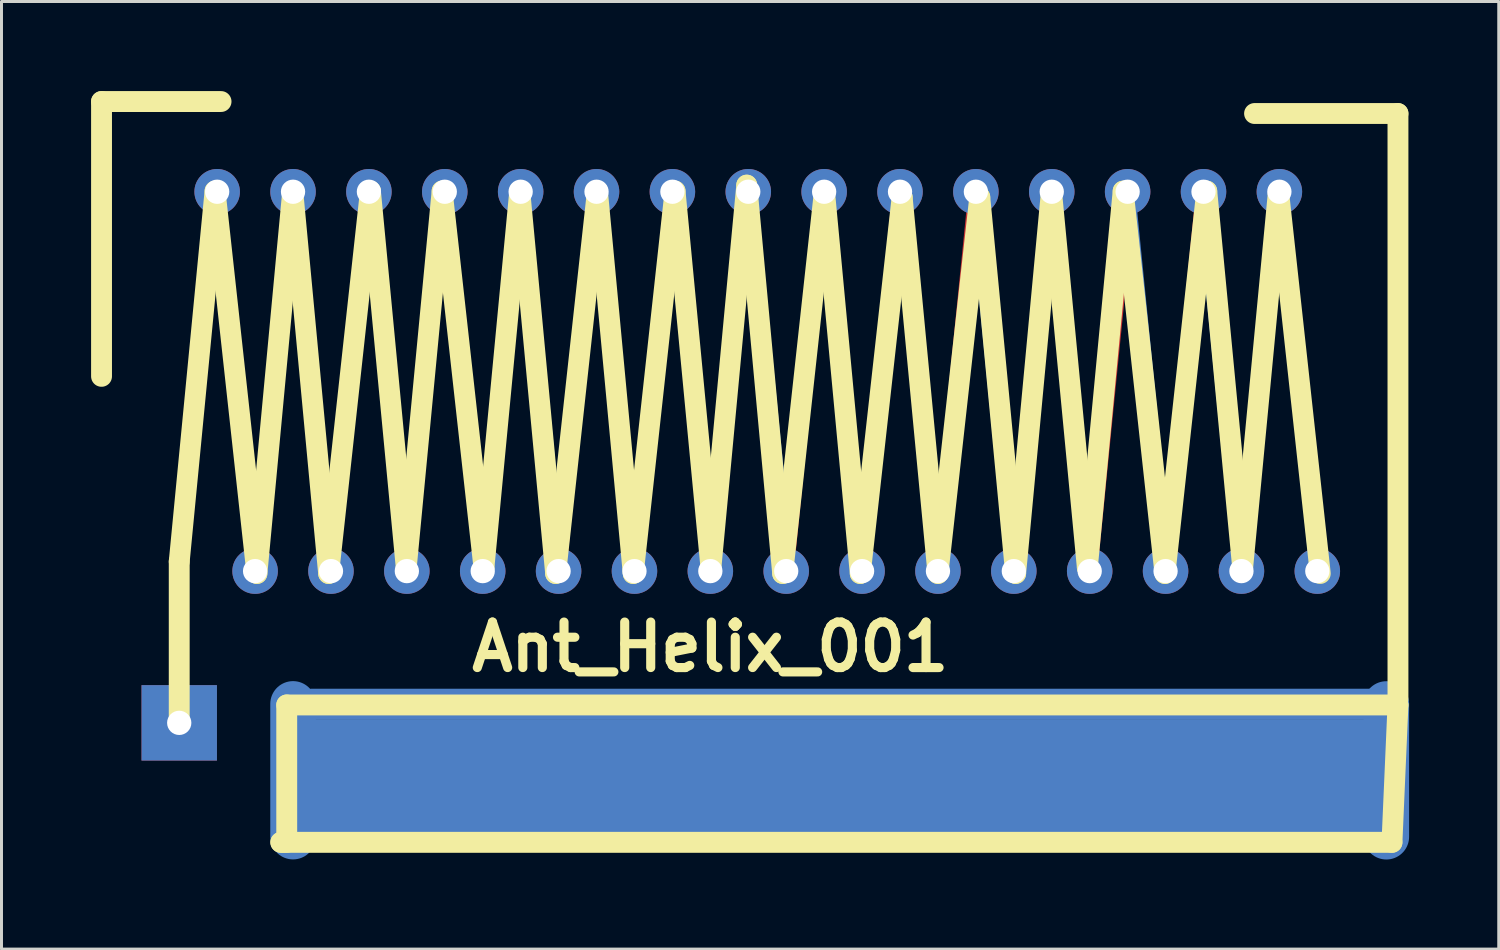
<source format=kicad_pcb>
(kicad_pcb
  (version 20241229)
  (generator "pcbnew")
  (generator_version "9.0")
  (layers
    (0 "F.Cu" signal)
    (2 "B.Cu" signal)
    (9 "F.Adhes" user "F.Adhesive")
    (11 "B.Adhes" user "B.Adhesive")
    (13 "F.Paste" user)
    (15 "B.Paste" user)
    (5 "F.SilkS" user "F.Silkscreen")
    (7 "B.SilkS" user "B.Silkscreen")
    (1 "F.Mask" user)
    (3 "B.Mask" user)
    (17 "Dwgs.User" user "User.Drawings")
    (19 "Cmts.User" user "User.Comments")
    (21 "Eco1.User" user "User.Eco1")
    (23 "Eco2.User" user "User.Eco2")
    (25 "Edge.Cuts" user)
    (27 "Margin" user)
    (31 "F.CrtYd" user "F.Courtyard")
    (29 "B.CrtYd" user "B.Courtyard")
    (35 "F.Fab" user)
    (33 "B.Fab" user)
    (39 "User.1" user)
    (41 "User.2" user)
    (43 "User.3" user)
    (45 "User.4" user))
  (footprint "Ant_Helix_001"
    (layer "F.Cu")
    (at 2.95 21.149)
    (property "Reference" "Ant_Helix_001" (at 17.78 -2.54 0) (layer "F.SilkS") (effects (font (size 1.524 1.524) (thickness 0.305))))
    (attr through_hole)
    (fp_line (start 0 -5.08) (end 1.27 -17.78) (stroke (width 0.508) (type solid)) (layer "F.Cu"))
    (fp_line (start 0 -2.54) (end 0 -5.08) (stroke (width 0.508) (type solid)) (layer "F.Cu"))
    (fp_line (start 0 0) (end 0 -2.54) (stroke (width 0.508) (type solid)) (layer "F.Cu"))
    (fp_line (start 2.54 -5.08) (end 3.81 -17.78) (stroke (width 0.508) (type solid)) (layer "F.Cu"))
    (fp_line (start 5.08 -5.08) (end 6.35 -17.78) (stroke (width 0.508) (type solid)) (layer "F.Cu"))
    (fp_line (start 7.62 -5.08) (end 8.89 -17.78) (stroke (width 0.508) (type solid)) (layer "F.Cu"))
    (fp_line (start 10.16 -5.08) (end 11.43 -17.78) (stroke (width 0.508) (type solid)) (layer "F.Cu"))
    (fp_line (start 12.7 -5.08) (end 13.97 -17.78) (stroke (width 0.508) (type solid)) (layer "F.Cu"))
    (fp_line (start 15.24 -5.08) (end 16.51 -17.78) (stroke (width 0.508) (type solid)) (layer "F.Cu"))
    (fp_line (start 17.78 -5.08) (end 19.05 -17.78) (stroke (width 0.508) (type solid)) (layer "F.Cu"))
    (fp_line (start 20.32 -5.08) (end 21.59 -17.78) (stroke (width 0.508) (type solid)) (layer "F.Cu"))
    (fp_line (start 22.86 -5.08) (end 24.13 -17.78) (stroke (width 0.508) (type solid)) (layer "F.Cu"))
    (fp_line (start 25.4 -5.08) (end 26.67 -17.78) (stroke (width 0.508) (type solid)) (layer "F.Cu"))
    (fp_line (start 27.94 -5.08) (end 29.21 -17.78) (stroke (width 0.508) (type solid)) (layer "F.Cu"))
    (fp_line (start 30.48 -5.08) (end 31.75 -17.78) (stroke (width 0.508) (type solid)) (layer "F.Cu"))
    (fp_line (start 33.02 -5.08) (end 34.29 -17.78) (stroke (width 0.508) (type solid)) (layer "F.Cu"))
    (fp_line (start 35.56 -5.08) (end 36.83 -17.78) (stroke (width 0.508) (type solid)) (layer "F.Cu"))
    (fp_line (start 1.27 -17.78) (end 2.54 -5.08) (stroke (width 0.508) (type solid)) (layer "B.Cu"))
    (fp_line (start 3.81 -17.78) (end 5.08 -5.08) (stroke (width 0.508) (type solid)) (layer "B.Cu"))
    (fp_line (start 3.81 3.81) (end 3.81 -0.635) (stroke (width 1.524) (type solid)) (layer "B.Cu"))
    (fp_line (start 4.445 -0.635) (end 40.005 -0.635) (stroke (width 1.016) (type solid)) (layer "B.Cu"))
    (fp_line (start 4.445 0.635) (end 40.005 0.635) (stroke (width 1.524) (type solid)) (layer "B.Cu"))
    (fp_line (start 4.445 1.905) (end 40.005 1.905) (stroke (width 1.524) (type solid)) (layer "B.Cu"))
    (fp_line (start 4.445 3.175) (end 40.005 3.175) (stroke (width 1.524) (type solid)) (layer "B.Cu"))
    (fp_line (start 6.35 -17.78) (end 7.62 -5.08) (stroke (width 0.508) (type solid)) (layer "B.Cu"))
    (fp_line (start 8.89 -17.78) (end 10.16 -5.08) (stroke (width 0.508) (type solid)) (layer "B.Cu"))
    (fp_line (start 11.43 -17.78) (end 12.7 -5.08) (stroke (width 0.508) (type solid)) (layer "B.Cu"))
    (fp_line (start 13.97 -17.78) (end 15.24 -5.08) (stroke (width 0.508) (type solid)) (layer "B.Cu"))
    (fp_line (start 16.51 -17.78) (end 17.78 -5.08) (stroke (width 0.508) (type solid)) (layer "B.Cu"))
    (fp_line (start 19.05 -17.78) (end 20.32 -5.08) (stroke (width 0.508) (type solid)) (layer "B.Cu"))
    (fp_line (start 21.59 -17.78) (end 22.86 -5.08) (stroke (width 0.508) (type solid)) (layer "B.Cu"))
    (fp_line (start 24.13 -17.78) (end 25.4 -5.08) (stroke (width 0.508) (type solid)) (layer "B.Cu"))
    (fp_line (start 26.67 -17.78) (end 27.94 -5.08) (stroke (width 0.508) (type solid)) (layer "B.Cu"))
    (fp_line (start 29.21 -17.78) (end 30.48 -5.08) (stroke (width 0.508) (type solid)) (layer "B.Cu"))
    (fp_line (start 31.75 -17.78) (end 33.02 -5.08) (stroke (width 0.508) (type solid)) (layer "B.Cu"))
    (fp_line (start 34.29 -17.78) (end 35.56 -5.08) (stroke (width 0.508) (type solid)) (layer "B.Cu"))
    (fp_line (start 36.83 -17.78) (end 38.1 -5.08) (stroke (width 0.508) (type solid)) (layer "B.Cu"))
    (fp_line (start 40.411 3.813) (end 40.411 -0.632) (stroke (width 1.524) (type solid)) (layer "B.Cu"))
    (fp_line (start -2.601 -20.8) (end -2.601 -11.6) (stroke (width 0.699) (type solid)) (layer "F.SilkS"))
    (fp_line (start 0 -5.4) (end 1.199 -17.8) (stroke (width 0.699) (type solid)) (layer "F.SilkS"))
    (fp_line (start 0 0) (end 0 -5.4) (stroke (width 0.699) (type solid)) (layer "F.SilkS"))
    (fp_line (start 1.199 -17.8) (end 2.601 -5.001) (stroke (width 0.699) (type solid)) (layer "F.SilkS"))
    (fp_line (start 1.4 -20.8) (end -2.601 -20.8) (stroke (width 0.699) (type solid)) (layer "F.SilkS"))
    (fp_line (start 2.601 -5.001) (end 3.8 -17.8) (stroke (width 0.699) (type solid)) (layer "F.SilkS"))
    (fp_line (start 3.401 4) (end 3.599 4) (stroke (width 0.699) (type solid)) (layer "F.SilkS"))
    (fp_line (start 3.599 -0.599) (end 40.8 -0.599) (stroke (width 0.699) (type solid)) (layer "F.SilkS"))
    (fp_line (start 3.599 3.8) (end 3.599 -0.599) (stroke (width 0.699) (type solid)) (layer "F.SilkS"))
    (fp_line (start 3.8 -17.8) (end 5.001 -5.001) (stroke (width 0.699) (type solid)) (layer "F.SilkS"))
    (fp_line (start 5.001 -5.001) (end 6.401 -17.8) (stroke (width 0.699) (type solid)) (layer "F.SilkS"))
    (fp_line (start 6.401 -17.8) (end 7.6 -5.199) (stroke (width 0.699) (type solid)) (layer "F.SilkS"))
    (fp_line (start 7.6 -5.199) (end 8.801 -17.8) (stroke (width 0.699) (type solid)) (layer "F.SilkS"))
    (fp_line (start 8.801 -17.8) (end 10.201 -5.199) (stroke (width 0.699) (type solid)) (layer "F.SilkS"))
    (fp_line (start 10.201 -5.199) (end 11.4 -17.8) (stroke (width 0.699) (type solid)) (layer "F.SilkS"))
    (fp_line (start 11.4 -17.8) (end 12.601 -5.001) (stroke (width 0.699) (type solid)) (layer "F.SilkS"))
    (fp_line (start 12.601 -5.001) (end 14 -17.8) (stroke (width 0.699) (type solid)) (layer "F.SilkS"))
    (fp_line (start 14 -17.8) (end 15.199 -5.001) (stroke (width 0.699) (type solid)) (layer "F.SilkS"))
    (fp_line (start 15.199 -5.001) (end 16.599 -17.8) (stroke (width 0.699) (type solid)) (layer "F.SilkS"))
    (fp_line (start 16.599 -17.8) (end 17.8 -5.199) (stroke (width 0.699) (type solid)) (layer "F.SilkS"))
    (fp_line (start 17.8 -5.199) (end 18.999 -18.001) (stroke (width 0.699) (type solid)) (layer "F.SilkS"))
    (fp_line (start 18.999 -18.001) (end 20.201 -5.001) (stroke (width 0.699) (type solid)) (layer "F.SilkS"))
    (fp_line (start 20.201 -5.001) (end 21.6 -17.8) (stroke (width 0.699) (type solid)) (layer "F.SilkS"))
    (fp_line (start 21.6 -17.8) (end 22.799 -5.001) (stroke (width 0.699) (type solid)) (layer "F.SilkS"))
    (fp_line (start 22.799 -5.001) (end 24.201 -17.6) (stroke (width 0.699) (type solid)) (layer "F.SilkS"))
    (fp_line (start 24.201 -17.6) (end 25.4 -5.001) (stroke (width 0.699) (type solid)) (layer "F.SilkS"))
    (fp_line (start 25.4 -5.001) (end 26.8 -17.6) (stroke (width 0.699) (type solid)) (layer "F.SilkS"))
    (fp_line (start 26.8 -17.6) (end 28.001 -5.001) (stroke (width 0.699) (type solid)) (layer "F.SilkS"))
    (fp_line (start 28.001 -5.001) (end 29.2 -17.8) (stroke (width 0.699) (type solid)) (layer "F.SilkS"))
    (fp_line (start 29.2 -17.8) (end 30.401 -5.199) (stroke (width 0.699) (type solid)) (layer "F.SilkS"))
    (fp_line (start 30.401 -5.199) (end 31.6 -17.8) (stroke (width 0.699) (type solid)) (layer "F.SilkS"))
    (fp_line (start 31.6 -17.8) (end 33 -5.001) (stroke (width 0.699) (type solid)) (layer "F.SilkS"))
    (fp_line (start 33 -5.001) (end 34.399 -17.8) (stroke (width 0.699) (type solid)) (layer "F.SilkS"))
    (fp_line (start 34.399 -17.8) (end 35.601 -5.199) (stroke (width 0.699) (type solid)) (layer "F.SilkS"))
    (fp_line (start 35.601 -5.199) (end 36.8 -17.8) (stroke (width 0.699) (type solid)) (layer "F.SilkS"))
    (fp_line (start 36.8 -17.8) (end 38.199 -5.001) (stroke (width 0.699) (type solid)) (layer "F.SilkS"))
    (fp_line (start 40.599 4) (end 3.401 4) (stroke (width 0.699) (type solid)) (layer "F.SilkS"))
    (fp_line (start 40.8 -20.399) (end 35.999 -20.399) (stroke (width 0.699) (type solid)) (layer "F.SilkS"))
    (fp_line (start 40.8 -0.8) (end 40.8 -20.399) (stroke (width 0.699) (type solid)) (layer "F.SilkS"))
    (fp_line (start 40.8 -0.599) (end 40.599 4) (stroke (width 0.699) (type solid)) (layer "F.SilkS"))
    (pad "" thru_hole circle (at 1.27 -17.78) (size 1.524 1.524) (drill 0.813) (layers "*.Cu"))
    (pad "" thru_hole circle (at 2.54 -5.08) (size 1.524 1.524) (drill 0.813) (layers "*.Cu"))
    (pad "" thru_hole circle (at 3.81 -17.78) (size 1.524 1.524) (drill 0.813) (layers "*.Cu"))
    (pad "" thru_hole circle (at 5.08 -5.08) (size 1.524 1.524) (drill 0.813) (layers "*.Cu"))
    (pad "" thru_hole circle (at 6.35 -17.78) (size 1.524 1.524) (drill 0.813) (layers "*.Cu"))
    (pad "" thru_hole circle (at 7.62 -5.08) (size 1.524 1.524) (drill 0.813) (layers "*.Cu"))
    (pad "" thru_hole circle (at 8.89 -17.78) (size 1.524 1.524) (drill 0.813) (layers "*.Cu"))
    (pad "" thru_hole circle (at 10.16 -5.08) (size 1.524 1.524) (drill 0.813) (layers "*.Cu"))
    (pad "" thru_hole circle (at 11.43 -17.78) (size 1.524 1.524) (drill 0.813) (layers "*.Cu"))
    (pad "" thru_hole circle (at 12.7 -5.08) (size 1.524 1.524) (drill 0.813) (layers "*.Cu"))
    (pad "" thru_hole circle (at 13.97 -17.78) (size 1.524 1.524) (drill 0.813) (layers "*.Cu"))
    (pad "" thru_hole circle (at 15.24 -5.08) (size 1.524 1.524) (drill 0.813) (layers "*.Cu"))
    (pad "" thru_hole circle (at 16.51 -17.78) (size 1.524 1.524) (drill 0.813) (layers "*.Cu"))
    (pad "" thru_hole circle (at 17.78 -5.08) (size 1.524 1.524) (drill 0.813) (layers "*.Cu"))
    (pad "" thru_hole circle (at 19.05 -17.78) (size 1.524 1.524) (drill 0.813) (layers "*.Cu"))
    (pad "" thru_hole circle (at 20.32 -5.08) (size 1.524 1.524) (drill 0.813) (layers "*.Cu"))
    (pad "" thru_hole circle (at 21.59 -17.78) (size 1.524 1.524) (drill 0.813) (layers "*.Cu"))
    (pad "" thru_hole circle (at 22.86 -5.08) (size 1.524 1.524) (drill 0.813) (layers "*.Cu"))
    (pad "" thru_hole circle (at 24.13 -17.78) (size 1.524 1.524) (drill 0.813) (layers "*.Cu"))
    (pad "" thru_hole circle (at 25.4 -5.08) (size 1.524 1.524) (drill 0.813) (layers "*.Cu"))
    (pad "" thru_hole circle (at 26.67 -17.78) (size 1.524 1.524) (drill 0.813) (layers "*.Cu"))
    (pad "" thru_hole circle (at 27.94 -5.08) (size 1.524 1.524) (drill 0.813) (layers "*.Cu"))
    (pad "" thru_hole circle (at 29.21 -17.78) (size 1.524 1.524) (drill 0.813) (layers "*.Cu"))
    (pad "" thru_hole circle (at 30.48 -5.08) (size 1.524 1.524) (drill 0.813) (layers "*.Cu"))
    (pad "" thru_hole circle (at 31.75 -17.78) (size 1.524 1.524) (drill 0.813) (layers "*.Cu"))
    (pad "" thru_hole circle (at 33.02 -5.08) (size 1.524 1.524) (drill 0.813) (layers "*.Cu"))
    (pad "" thru_hole circle (at 34.29 -17.78) (size 1.524 1.524) (drill 0.813) (layers "*.Cu"))
    (pad "" thru_hole circle (at 35.56 -5.08) (size 1.524 1.524) (drill 0.813) (layers "*.Cu"))
    (pad "" thru_hole circle (at 36.83 -17.78) (size 1.524 1.524) (drill 0.813) (layers "*.Cu"))
    (pad "" thru_hole circle (at 38.1 -5.08) (size 1.524 1.524) (drill 0.813) (layers "*.Cu"))
    (pad "1" thru_hole rect (at 0 0) (size 2.525 2.525) (drill 0.813) (layers "*.Cu")))
  (gr_rect
    (start -3 -3)
    (end 47.124 28.724)
    (stroke (width 0.1) (type default))
    (fill no)
    (layer "Edge.Cuts")))
</source>
